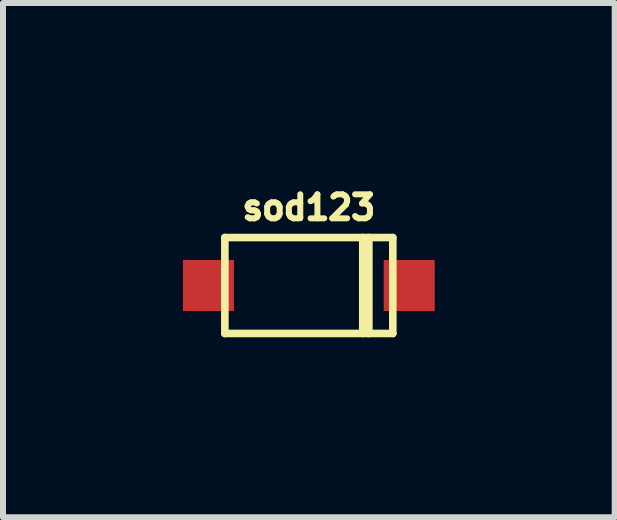
<source format=kicad_pcb>
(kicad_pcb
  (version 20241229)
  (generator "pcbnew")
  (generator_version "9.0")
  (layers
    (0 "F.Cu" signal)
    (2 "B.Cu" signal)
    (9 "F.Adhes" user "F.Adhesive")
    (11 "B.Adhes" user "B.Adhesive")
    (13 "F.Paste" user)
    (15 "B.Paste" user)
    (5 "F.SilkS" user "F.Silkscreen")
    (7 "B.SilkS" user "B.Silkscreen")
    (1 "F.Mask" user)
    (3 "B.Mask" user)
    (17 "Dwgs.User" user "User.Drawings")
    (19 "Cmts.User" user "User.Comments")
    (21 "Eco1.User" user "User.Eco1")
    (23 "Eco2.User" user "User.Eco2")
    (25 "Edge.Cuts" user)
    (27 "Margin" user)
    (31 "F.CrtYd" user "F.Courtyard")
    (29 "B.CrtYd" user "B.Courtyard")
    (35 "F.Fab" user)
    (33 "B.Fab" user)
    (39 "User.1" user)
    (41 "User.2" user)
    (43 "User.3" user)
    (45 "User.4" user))
  (footprint "sod123"
    (layer "F.Cu")
    (at 2.099 1.71)
    (property "Reference" "sod123" (at 0 -1.3 0) (layer "F.SilkS") (effects (font (size 0.4 0.4) (thickness 0.1))))
    (attr through_hole)
    (fp_line (start -1.4 -0.8) (end 1.4 -0.8) (stroke (width 0.127) (type solid)) (layer "F.SilkS"))
    (fp_line (start -1.4 0.8) (end -1.4 -0.8) (stroke (width 0.127) (type solid)) (layer "F.SilkS"))
    (fp_line (start 0.899 0.8) (end 0.899 -0.8) (stroke (width 0.127) (type solid)) (layer "F.SilkS"))
    (fp_line (start 1.001 -0.8) (end 1.001 0.8) (stroke (width 0.127) (type solid)) (layer "F.SilkS"))
    (fp_line (start 1.4 -0.8) (end 1.4 0.8) (stroke (width 0.127) (type solid)) (layer "F.SilkS"))
    (fp_line (start 1.4 0.8) (end -1.4 0.8) (stroke (width 0.127) (type solid)) (layer "F.SilkS"))
    (pad "1" smd rect (at -1.674 0) (size 0.851 0.851) (layers "F.Cu" "F.Mask" "F.Paste"))
    (pad "2" smd rect (at 1.674 0) (size 0.851 0.851) (layers "F.Cu" "F.Mask" "F.Paste")))
  (gr_rect
    (start -3 -3)
    (end 7.199 5.574)
    (stroke (width 0.1) (type default))
    (fill no)
    (layer "Edge.Cuts")))
</source>
